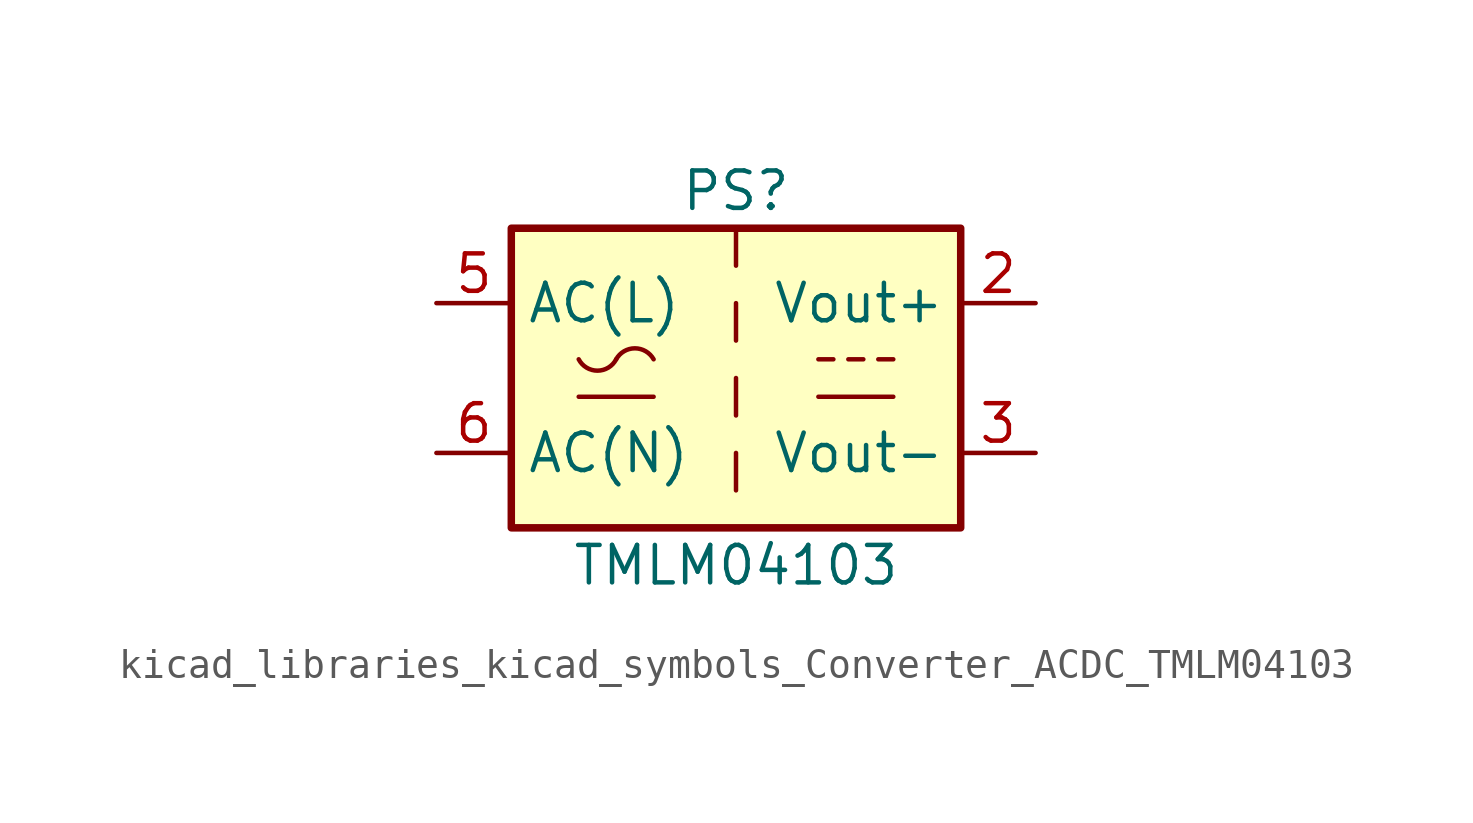
<source format=kicad_sym>
(kicad_symbol_lib
  (version 20220914)
  (generator kicad_symbol_editor)
  (symbol "kicad_libraries_kicad_symbols_Converter_ACDC_TMLM04103"
    (property "Reference" "PS"
      (at 0 6.35 0)
      (effects (font (size 1.27 1.27))))
    (property "Value" "TMLM04103"
      (at 0 -6.35 0)
      (effects (font (size 1.27 1.27))))
    (symbol "kicad_libraries_kicad_symbols_Converter_ACDC_TMLM04103_0_1"
      (rectangle (start -7.62 5.08) (end 7.62 -5.08) (stroke (width 0.254) (type default)) (fill (type background)))
      (arc (start -5.334 0.635) (mid -4.699 0.2495) (end -4.064 0.635) (stroke (width 0) (type default)) (fill (type none)))
      (arc (start -2.794 0.635) (mid -3.429 1.0072) (end -4.064 0.635) (stroke (width 0) (type default)) (fill (type none)))
      (polyline (pts (xy -5.334 -0.635) (xy -2.794 -0.635)) (stroke (width 0) (type default)) (fill (type none)))
      (polyline (pts (xy 0 -2.54) (xy 0 -3.81)) (stroke (width 0) (type default)) (fill (type none)))
      (polyline (pts (xy 0 0) (xy 0 -1.27)) (stroke (width 0) (type default)) (fill (type none)))
      (polyline (pts (xy 0 2.54) (xy 0 1.27)) (stroke (width 0) (type default)) (fill (type none)))
      (polyline (pts (xy 0 5.08) (xy 0 3.81)) (stroke (width 0) (type default)) (fill (type none)))
      (polyline (pts (xy 2.794 -0.635) (xy 5.334 -0.635)) (stroke (width 0) (type default)) (fill (type none)))
      (polyline (pts (xy 2.794 0.635) (xy 3.302 0.635)) (stroke (width 0) (type default)) (fill (type none)))
      (polyline (pts (xy 3.81 0.635) (xy 4.318 0.635)) (stroke (width 0) (type default)) (fill (type none)))
      (polyline (pts (xy 4.826 0.635) (xy 5.334 0.635)) (stroke (width 0) (type default)) (fill (type none))))
    (symbol "kicad_libraries_kicad_symbols_Converter_ACDC_TMLM04103_1_1"
      (pin power_out line (at 10.16 2.54 180) (length 2.54) (name "Vout+" (effects (font (size 1.27 1.27)))) (number "2" (effects (font (size 1.27 1.27)))))
      (pin power_out line (at 10.16 -2.54 180) (length 2.54) (name "Vout-" (effects (font (size 1.27 1.27)))) (number "3" (effects (font (size 1.27 1.27)))))
      (pin power_in line (at -10.16 2.54 0) (length 2.54) (name "AC(L)" (effects (font (size 1.27 1.27)))) (number "5" (effects (font (size 1.27 1.27)))))
      (pin power_in line (at -10.16 -2.54 0) (length 2.54) (name "AC(N)" (effects (font (size 1.27 1.27)))) (number "6" (effects (font (size 1.27 1.27))))))))
</source>
